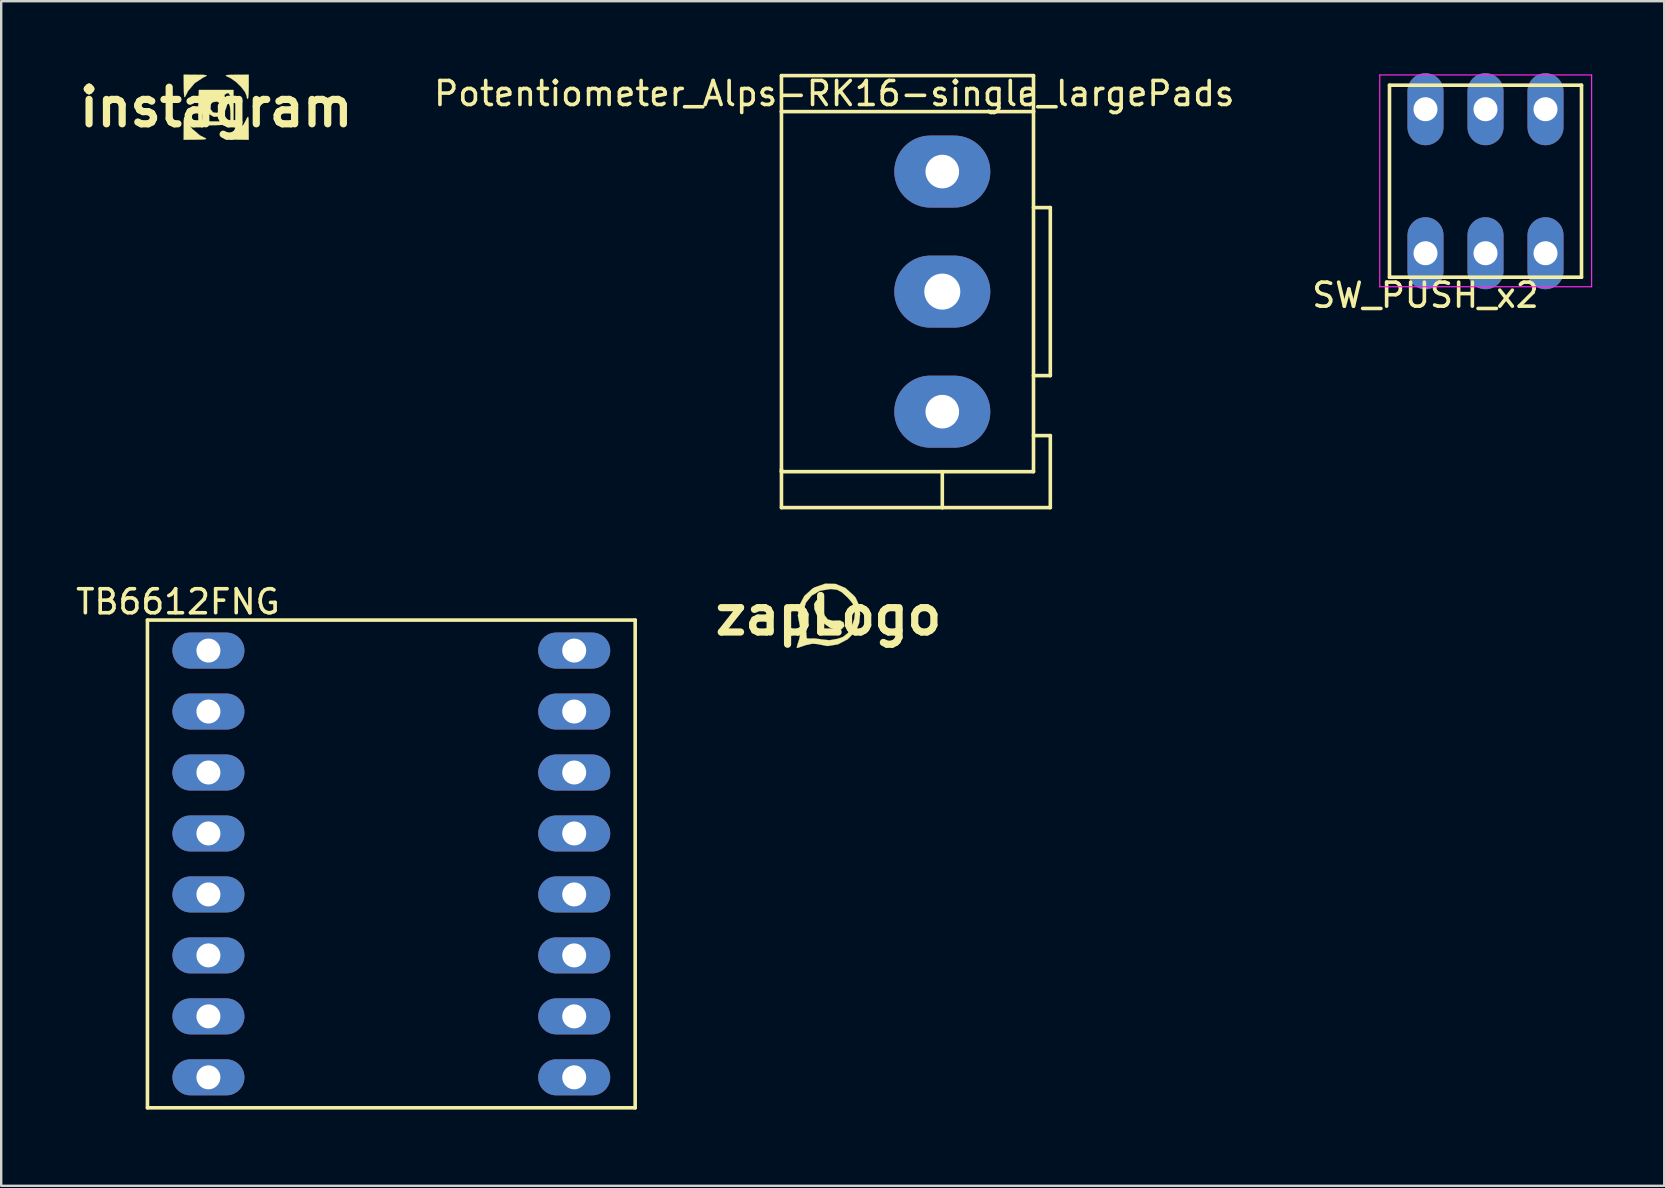
<source format=kicad_pcb>
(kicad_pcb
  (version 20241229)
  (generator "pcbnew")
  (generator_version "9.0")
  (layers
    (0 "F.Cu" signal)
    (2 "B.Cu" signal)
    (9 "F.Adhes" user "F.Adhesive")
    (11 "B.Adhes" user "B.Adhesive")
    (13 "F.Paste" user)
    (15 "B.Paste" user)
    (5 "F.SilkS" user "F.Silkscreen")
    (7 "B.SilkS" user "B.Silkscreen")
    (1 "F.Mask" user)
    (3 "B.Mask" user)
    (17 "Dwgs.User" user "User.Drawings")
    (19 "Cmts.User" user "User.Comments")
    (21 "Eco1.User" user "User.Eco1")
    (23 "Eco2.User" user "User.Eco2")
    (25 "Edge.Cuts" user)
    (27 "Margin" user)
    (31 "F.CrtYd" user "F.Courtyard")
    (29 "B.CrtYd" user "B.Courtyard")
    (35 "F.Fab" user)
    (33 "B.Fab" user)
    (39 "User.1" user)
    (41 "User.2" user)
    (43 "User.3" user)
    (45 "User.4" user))
  (footprint "SW_PUSH_x2"
    (layer "F.Cu")
    (at 56.339 7.5)
    (property "Reference" "SW_PUSH_x2" (at 0 1.75 0) (layer "F.SilkS") (effects (font (size 1 1) (thickness 0.15))))
    (attr through_hole)
    (fp_line (start -1.5 -7) (end -1.5 1) (stroke (width 0.15) (type solid)) (layer "F.SilkS"))
    (fp_line (start -1.5 1) (end 6.5 1) (stroke (width 0.15) (type solid)) (layer "F.SilkS"))
    (fp_line (start 6.5 -7) (end -1.5 -7) (stroke (width 0.15) (type solid)) (layer "F.SilkS"))
    (fp_line (start 6.5 1) (end 6.5 -7) (stroke (width 0.15) (type solid)) (layer "F.SilkS"))
    (fp_line (start -1.905 -7.429) (end -1.905 1.397) (stroke (width 0.05) (type solid)) (layer "F.CrtYd"))
    (fp_line (start -1.905 -7.429) (end 6.921 -7.429) (stroke (width 0.05) (type solid)) (layer "F.CrtYd"))
    (fp_line (start -1.905 1.397) (end 6.921 1.397) (stroke (width 0.05) (type solid)) (layer "F.CrtYd"))
    (fp_line (start 6.921 -7.429) (end 6.921 1.397) (stroke (width 0.05) (type solid)) (layer "F.CrtYd"))
    (pad "1" thru_hole oval (at 0 0) (size 1.5 3) (drill 1) (layers "*.Cu" "*.Mask"))
    (pad "2" thru_hole oval (at 2.5 0) (size 1.5 3) (drill 1) (layers "*.Cu" "*.Mask"))
    (pad "3" thru_hole oval (at 5 0) (size 1.5 3) (drill 1) (layers "*.Cu" "*.Mask"))
    (pad "4" thru_hole oval (at 5 -6) (size 1.5 3) (drill 1) (layers "*.Cu" "*.Mask"))
    (pad "5" thru_hole oval (at 2.5 -6) (size 1.5 3) (drill 1) (layers "*.Cu" "*.Mask"))
    (pad "6" thru_hole oval (at 0 -6) (size 1.5 3) (drill 1) (layers "*.Cu" "*.Mask")))
  (footprint "instagram"
    (layer "F.Cu")
    (at 5.958 1.418)
    (property "Reference" "instagram" (at 0 0 0) (layer "F.SilkS") (effects (font (size 1.524 1.524) (thickness 0.3))))
    (attr through_hole)
    (fp_poly (pts (xy -1.252 0.513) (xy -1.235 0.55) (xy -1.004 0.898) (xy -0.679 1.173) (xy -0.508 1.26) (xy -0.419 1.305) (xy -0.449 1.332) (xy -0.616 1.345) (xy -0.826 1.349) (xy -1.355 1.355) (xy -1.351 0.826) (xy -1.348 0.543) (xy -1.335 0.41) (xy -1.306 0.407) (xy -1.252 0.513)) (stroke (width 0.01) (type solid)) (fill yes) (layer "F.SilkS"))
    (fp_poly (pts (xy -0.826 -1.351) (xy -0.543 -1.348) (xy -0.41 -1.335) (xy -0.407 -1.306) (xy -0.513 -1.252) (xy -0.55 -1.235) (xy -0.898 -1.004) (xy -1.173 -0.679) (xy -1.26 -0.508) (xy -1.305 -0.419) (xy -1.332 -0.449) (xy -1.345 -0.616) (xy -1.349 -0.826) (xy -1.355 -1.355) (xy -0.826 -1.351)) (stroke (width 0.01) (type solid)) (fill yes) (layer "F.SilkS"))
    (fp_poly (pts (xy 1.346 0.501) (xy 1.351 0.748) (xy 1.351 0.826) (xy 1.355 1.355) (xy 0.826 1.349) (xy 0.55 1.342) (xy 0.426 1.326) (xy 0.434 1.294) (xy 0.508 1.26) (xy 0.855 1.044) (xy 1.14 0.723) (xy 1.235 0.55) (xy 1.296 0.422) (xy 1.331 0.399) (xy 1.346 0.501)) (stroke (width 0.01) (type solid)) (fill yes) (layer "F.SilkS"))
    (fp_poly (pts (xy 1.355 -0.847) (xy 1.348 -0.579) (xy 1.332 -0.395) (xy 1.312 -0.339) (xy 1.274 -0.407) (xy 1.27 -0.459) (xy 1.206 -0.629) (xy 1.045 -0.843) (xy 0.831 -1.052) (xy 0.607 -1.21) (xy 0.555 -1.236) (xy 0.423 -1.297) (xy 0.398 -1.331) (xy 0.499 -1.346) (xy 0.744 -1.351) (xy 0.826 -1.351) (xy 1.355 -1.355) (xy 1.355 -0.847)) (stroke (width 0.01) (type solid)) (fill yes) (layer "F.SilkS"))
    (fp_poly (pts (xy 0.72 0.72) (xy 0.02 0.744) (xy -0.349 0.75) (xy -0.578 0.733) (xy -0.696 0.69) (xy -0.725 0.652) (xy -0.744 0.514) (xy -0.751 0.259) (xy -0.75 0.212) (xy -0.593 0.212) (xy -0.593 0.593) (xy 0.593 0.593) (xy 0.593 0.212) (xy 0.573 -0.041) (xy 0.524 -0.156) (xy 0.46 -0.125) (xy 0.398 0.065) (xy 0.395 0.078) (xy 0.298 0.289) (xy 0.173 0.38) (xy -0.1 0.399) (xy -0.303 0.278) (xy -0.395 0.078) (xy -0.395 0.077) (xy -0.24 0.077) (xy -0.139 0.213) (xy 0.021 0.239) (xy 0.172 0.166) (xy 0.212 0) (xy 0.165 -0.174) (xy 0.021 -0.239) (xy -0.158 -0.208) (xy -0.221 -0.133) (xy -0.24 0.077) (xy -0.395 0.077) (xy -0.457 -0.119) (xy -0.521 -0.158) (xy -0.571 -0.049) (xy -0.593 0.197) (xy -0.593 0.212) (xy -0.75 0.212) (xy -0.746 -0.06) (xy -0.745 -0.093) (xy -0.73 -0.466) (xy 0.339 -0.466) (xy 0.406 -0.353) (xy 0.466 -0.339) (xy 0.578 -0.406) (xy 0.593 -0.466) (xy 0.525 -0.578) (xy 0.466 -0.593) (xy 0.353 -0.525) (xy 0.339 -0.466) (xy -0.73 -0.466) (xy -0.72 -0.72) (xy 0.72 -0.72) (xy 0.72 0.72)) (stroke (width 0.01) (type solid)) (fill yes) (layer "F.SilkS")))
  (footprint "zapLogo"
    (layer "F.Cu")
    (at 31.467 22.592)
    (property "Reference" "zapLogo" (at 0 0 0) (layer "F.SilkS") (effects (font (size 1.524 1.524) (thickness 0.3))))
    (attr through_hole)
    (fp_poly (pts (xy -0.247 -0.557) (xy -0.229 -0.318) (xy -0.177 -0.022) (xy -0.03 0.167) (xy 0.191 0.223) (xy 0.249 0.215) (xy 0.481 0.211) (xy 0.63 0.293) (xy 0.657 0.438) (xy 0.65 0.457) (xy 0.525 0.584) (xy 0.317 0.599) (xy 0.061 0.507) (xy -0.206 0.319) (xy -0.264 0.264) (xy -0.472 0.001) (xy -0.586 -0.26) (xy -0.598 -0.482) (xy -0.501 -0.629) (xy -0.462 -0.648) (xy -0.319 -0.664) (xy -0.247 -0.557)) (stroke (width 0.01) (type solid)) (fill yes) (layer "F.SilkS"))
    (fp_poly (pts (xy 0.298 -1.314) (xy 0.706 -1.143) (xy 1.07 -0.816) (xy 1.133 -0.735) (xy 1.266 -0.439) (xy 1.315 -0.066) (xy 1.278 0.31) (xy 1.155 0.621) (xy 1.135 0.65) (xy 0.795 0.991) (xy 0.391 1.203) (xy -0.041 1.273) (xy -0.466 1.191) (xy -0.671 1.175) (xy -0.945 1.233) (xy -0.963 1.24) (xy -1.174 1.311) (xy -1.304 1.352) (xy -1.319 1.355) (xy -1.311 1.284) (xy -1.258 1.106) (xy -1.227 1.014) (xy -1.154 0.697) (xy -1.188 0.458) (xy -1.276 0.007) (xy -1.25 -0.168) (xy -1.054 -0.168) (xy -1.023 0.242) (xy -1.007 0.296) (xy -0.944 0.558) (xy -0.92 0.781) (xy -0.922 0.819) (xy -0.905 0.954) (xy -0.792 0.964) (xy -0.788 0.963) (xy -0.609 0.955) (xy -0.358 0.985) (xy -0.296 0.998) (xy 0.044 1.032) (xy 0.385 0.971) (xy 0.612 0.889) (xy 0.806 0.733) (xy 0.97 0.465) (xy 1.076 0.143) (xy 1.101 -0.083) (xy 1.08 -0.323) (xy 0.998 -0.513) (xy 0.82 -0.724) (xy 0.772 -0.772) (xy 0.553 -0.97) (xy 0.367 -1.069) (xy 0.143 -1.1) (xy 0.065 -1.101) (xy -0.359 -1.029) (xy -0.701 -0.831) (xy -0.94 -0.535) (xy -1.054 -0.168) (xy -1.25 -0.168) (xy -1.21 -0.43) (xy -1.003 -0.817) (xy -0.667 -1.12) (xy -0.584 -1.169) (xy -0.138 -1.324) (xy 0.298 -1.314)) (stroke (width 0.01) (type solid)) (fill yes) (layer "F.SilkS")))
  (footprint "Potentiometer_Alps-RK16-single_largePads"
    (layer "F.Cu")
    (at 36.208 4.098)
    (property "Reference" "Potentiometer_Alps-RK16-single_largePads" (at -4.5 -3.25 180) (layer "F.SilkS") (effects (font (size 1 1) (thickness 0.15))))
    (attr through_hole)
    (fp_line (start -6.701 -3.998) (end -6.701 -2.499) (stroke (width 0.15) (type solid)) (layer "F.SilkS"))
    (fp_line (start -6.701 -2.499) (end -6.701 12.502) (stroke (width 0.15) (type solid)) (layer "F.SilkS"))
    (fp_line (start -6.701 12.502) (end 3.8 12.502) (stroke (width 0.15) (type solid)) (layer "F.SilkS"))
    (fp_line (start -6.701 14) (end -6.701 12.4) (stroke (width 0.15) (type solid)) (layer "F.SilkS"))
    (fp_line (start 0 14) (end -6.701 14) (stroke (width 0.15) (type solid)) (layer "F.SilkS"))
    (fp_line (start 0 14) (end 0 12.502) (stroke (width 0.15) (type solid)) (layer "F.SilkS"))
    (fp_line (start 3.8 -3.998) (end -6.701 -3.998) (stroke (width 0.15) (type solid)) (layer "F.SilkS"))
    (fp_line (start 3.8 -2.499) (end -6.701 -2.499) (stroke (width 0.15) (type solid)) (layer "F.SilkS"))
    (fp_line (start 3.8 -2.499) (end 3.8 -3.998) (stroke (width 0.15) (type solid)) (layer "F.SilkS"))
    (fp_line (start 3.8 1.501) (end 4.5 1.501) (stroke (width 0.15) (type solid)) (layer "F.SilkS"))
    (fp_line (start 3.8 11.001) (end 4.5 11.001) (stroke (width 0.15) (type solid)) (layer "F.SilkS"))
    (fp_line (start 3.8 12.502) (end 3.8 -2.499) (stroke (width 0.15) (type solid)) (layer "F.SilkS"))
    (fp_line (start 4.5 8.5) (end 4.5 1.5) (stroke (width 0.15) (type solid)) (layer "F.SilkS"))
    (fp_line (start 4.5 8.501) (end 3.8 8.501) (stroke (width 0.15) (type solid)) (layer "F.SilkS"))
    (fp_line (start 4.5 11) (end 4.5 14) (stroke (width 0.15) (type solid)) (layer "F.SilkS"))
    (fp_line (start 4.5 14) (end 0 14) (stroke (width 0.15) (type solid)) (layer "F.SilkS"))
    (pad "1" thru_hole oval (at 0 0) (size 4 3) (drill 1.4) (layers "*.Cu" "*.Mask"))
    (pad "2" thru_hole oval (at 0 5.001) (size 4 3) (drill 1.5) (layers "*.Cu" "*.Mask"))
    (pad "3" thru_hole oval (at 0 10.003) (size 4 3) (drill 1.4) (layers "*.Cu" "*.Mask")))
  (footprint "TB6612FNG"
    (layer "F.Cu")
    (at 3.093 43.104)
    (property "Reference" "TB6612FNG" (at 1.27 -21.082 0) (layer "F.SilkS") (effects (font (size 1 1) (thickness 0.15))))
    (attr through_hole)
    (fp_line (start 0 -20.32) (end 20.32 -20.32) (stroke (width 0.15) (type solid)) (layer "F.SilkS"))
    (fp_line (start 0 0) (end 0 -20.32) (stroke (width 0.15) (type solid)) (layer "F.SilkS"))
    (fp_line (start 20.32 -20.32) (end 20.32 0) (stroke (width 0.15) (type solid)) (layer "F.SilkS"))
    (fp_line (start 20.32 0) (end 0 0) (stroke (width 0.15) (type solid)) (layer "F.SilkS"))
    (pad "1" thru_hole oval (at 2.54 -19.05) (size 3 1.5) (drill 1) (layers "*.Cu" "*.Mask"))
    (pad "2" thru_hole oval (at 2.54 -16.51) (size 3 1.5) (drill 1) (layers "*.Cu" "*.Mask"))
    (pad "3" thru_hole oval (at 2.54 -13.97) (size 3 1.5) (drill 1) (layers "*.Cu" "*.Mask"))
    (pad "4" thru_hole oval (at 2.54 -11.43) (size 3 1.5) (drill 1) (layers "*.Cu" "*.Mask"))
    (pad "5" thru_hole oval (at 2.54 -8.89) (size 3 1.5) (drill 1) (layers "*.Cu" "*.Mask"))
    (pad "6" thru_hole oval (at 2.54 -6.35) (size 3 1.5) (drill 1) (layers "*.Cu" "*.Mask"))
    (pad "7" thru_hole oval (at 2.54 -3.81) (size 3 1.5) (drill 1) (layers "*.Cu" "*.Mask"))
    (pad "8" thru_hole oval (at 2.54 -1.27) (size 3 1.5) (drill 1) (layers "*.Cu" "*.Mask"))
    (pad "9" thru_hole oval (at 17.78 -1.27) (size 3 1.5) (drill 1) (layers "*.Cu" "*.Mask"))
    (pad "10" thru_hole oval (at 17.78 -3.81) (size 3 1.5) (drill 1) (layers "*.Cu" "*.Mask"))
    (pad "11" thru_hole oval (at 17.78 -6.35) (size 3 1.5) (drill 1) (layers "*.Cu" "*.Mask"))
    (pad "12" thru_hole oval (at 17.78 -8.89) (size 3 1.5) (drill 1) (layers "*.Cu" "*.Mask"))
    (pad "13" thru_hole oval (at 17.78 -11.43) (size 3 1.5) (drill 1) (layers "*.Cu" "*.Mask"))
    (pad "14" thru_hole oval (at 17.78 -13.97) (size 3 1.5) (drill 1) (layers "*.Cu" "*.Mask"))
    (pad "15" thru_hole oval (at 17.78 -16.51) (size 3 1.5) (drill 1) (layers "*.Cu" "*.Mask"))
    (pad "16" thru_hole oval (at 17.78 -19.05) (size 3 1.5) (drill 1) (layers "*.Cu" "*.Mask")))
  (gr_rect
    (start -3 -3)
    (end 66.285 46.354)
    (stroke (width 0.1) (type default))
    (fill no)
    (layer "Edge.Cuts")))
</source>
